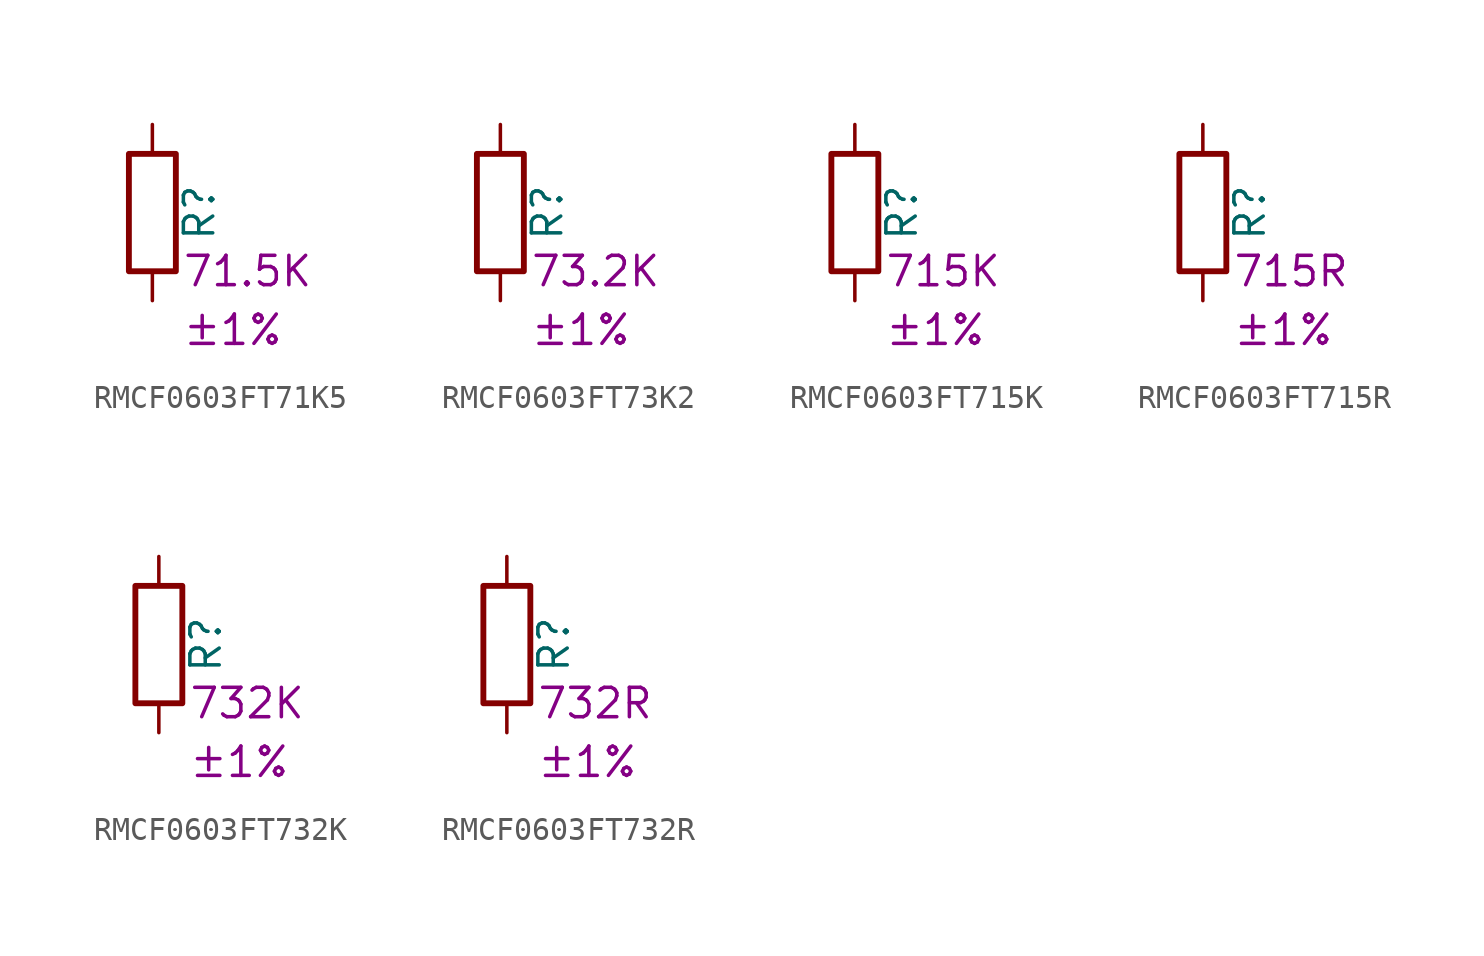
<source format=kicad_sym>
(kicad_symbol_lib
  (version 20220914)
  (generator kicad_symbol_editor)
  (symbol "RMCF0603FT71K5"
    (pin_numbers hide)
    (pin_names
      (offset 0))
    (property "Reference" "R"
      (at 2.032 0 90)
      (effects (font (size 1.27 1.27))))
    (property "Resistance" "71.5K"
      (at 1.27 -2.54 0)
      (effects (font (size 1.27 1.27)) (justify left)))
    (property "Tolerance" "±1%"
      (at 1.27 -5.08 0)
      (effects (font (size 1.27 1.27)) (justify left)))
    (symbol "RMCF0603FT71K5_0_1"
      (rectangle (start -1.016 -2.54) (end 1.016 2.54) (stroke (width 0.254) (type default)) (fill (type none))))
    (symbol "RMCF0603FT71K5_1_1"
      (pin passive line (at 0 3.81 270) (length 1.27) (name "~" (effects (font (size 1.27 1.27)))) (number "1" (effects (font (size 1.27 1.27)))))
      (pin passive line (at 0 -3.81 90) (length 1.27) (name "~" (effects (font (size 1.27 1.27)))) (number "2" (effects (font (size 1.27 1.27)))))))
  (symbol "RMCF0603FT73K2"
    (pin_numbers hide)
    (pin_names
      (offset 0))
    (property "Reference" "R"
      (at 2.032 0 90)
      (effects (font (size 1.27 1.27))))
    (property "Resistance" "73.2K"
      (at 1.27 -2.54 0)
      (effects (font (size 1.27 1.27)) (justify left)))
    (property "Tolerance" "±1%"
      (at 1.27 -5.08 0)
      (effects (font (size 1.27 1.27)) (justify left)))
    (symbol "RMCF0603FT73K2_0_1"
      (rectangle (start -1.016 -2.54) (end 1.016 2.54) (stroke (width 0.254) (type default)) (fill (type none))))
    (symbol "RMCF0603FT73K2_1_1"
      (pin passive line (at 0 3.81 270) (length 1.27) (name "~" (effects (font (size 1.27 1.27)))) (number "1" (effects (font (size 1.27 1.27)))))
      (pin passive line (at 0 -3.81 90) (length 1.27) (name "~" (effects (font (size 1.27 1.27)))) (number "2" (effects (font (size 1.27 1.27)))))))
  (symbol "RMCF0603FT715K"
    (pin_numbers hide)
    (pin_names
      (offset 0))
    (property "Reference" "R"
      (at 2.032 0 90)
      (effects (font (size 1.27 1.27))))
    (property "Resistance" "715K"
      (at 1.27 -2.54 0)
      (effects (font (size 1.27 1.27)) (justify left)))
    (property "Tolerance" "±1%"
      (at 1.27 -5.08 0)
      (effects (font (size 1.27 1.27)) (justify left)))
    (symbol "RMCF0603FT715K_0_1"
      (rectangle (start -1.016 -2.54) (end 1.016 2.54) (stroke (width 0.254) (type default)) (fill (type none))))
    (symbol "RMCF0603FT715K_1_1"
      (pin passive line (at 0 3.81 270) (length 1.27) (name "~" (effects (font (size 1.27 1.27)))) (number "1" (effects (font (size 1.27 1.27)))))
      (pin passive line (at 0 -3.81 90) (length 1.27) (name "~" (effects (font (size 1.27 1.27)))) (number "2" (effects (font (size 1.27 1.27)))))))
  (symbol "RMCF0603FT715R"
    (pin_numbers hide)
    (pin_names
      (offset 0))
    (property "Reference" "R"
      (at 2.032 0 90)
      (effects (font (size 1.27 1.27))))
    (property "Resistance" "715R"
      (at 1.27 -2.54 0)
      (effects (font (size 1.27 1.27)) (justify left)))
    (property "Tolerance" "±1%"
      (at 1.27 -5.08 0)
      (effects (font (size 1.27 1.27)) (justify left)))
    (symbol "RMCF0603FT715R_0_1"
      (rectangle (start -1.016 -2.54) (end 1.016 2.54) (stroke (width 0.254) (type default)) (fill (type none))))
    (symbol "RMCF0603FT715R_1_1"
      (pin passive line (at 0 3.81 270) (length 1.27) (name "~" (effects (font (size 1.27 1.27)))) (number "1" (effects (font (size 1.27 1.27)))))
      (pin passive line (at 0 -3.81 90) (length 1.27) (name "~" (effects (font (size 1.27 1.27)))) (number "2" (effects (font (size 1.27 1.27)))))))
  (symbol "RMCF0603FT732K"
    (pin_numbers hide)
    (pin_names
      (offset 0))
    (property "Reference" "R"
      (at 2.032 0 90)
      (effects (font (size 1.27 1.27))))
    (property "Resistance" "732K"
      (at 1.27 -2.54 0)
      (effects (font (size 1.27 1.27)) (justify left)))
    (property "Tolerance" "±1%"
      (at 1.27 -5.08 0)
      (effects (font (size 1.27 1.27)) (justify left)))
    (symbol "RMCF0603FT732K_0_1"
      (rectangle (start -1.016 -2.54) (end 1.016 2.54) (stroke (width 0.254) (type default)) (fill (type none))))
    (symbol "RMCF0603FT732K_1_1"
      (pin passive line (at 0 3.81 270) (length 1.27) (name "~" (effects (font (size 1.27 1.27)))) (number "1" (effects (font (size 1.27 1.27)))))
      (pin passive line (at 0 -3.81 90) (length 1.27) (name "~" (effects (font (size 1.27 1.27)))) (number "2" (effects (font (size 1.27 1.27)))))))
  (symbol "RMCF0603FT732R"
    (pin_numbers hide)
    (pin_names
      (offset 0))
    (property "Reference" "R"
      (at 2.032 0 90)
      (effects (font (size 1.27 1.27))))
    (property "Resistance" "732R"
      (at 1.27 -2.54 0)
      (effects (font (size 1.27 1.27)) (justify left)))
    (property "Tolerance" "±1%"
      (at 1.27 -5.08 0)
      (effects (font (size 1.27 1.27)) (justify left)))
    (symbol "RMCF0603FT732R_0_1"
      (rectangle (start -1.016 -2.54) (end 1.016 2.54) (stroke (width 0.254) (type default)) (fill (type none))))
    (symbol "RMCF0603FT732R_1_1"
      (pin passive line (at 0 3.81 270) (length 1.27) (name "~" (effects (font (size 1.27 1.27)))) (number "1" (effects (font (size 1.27 1.27)))))
      (pin passive line (at 0 -3.81 90) (length 1.27) (name "~" (effects (font (size 1.27 1.27)))) (number "2" (effects (font (size 1.27 1.27))))))))
</source>
